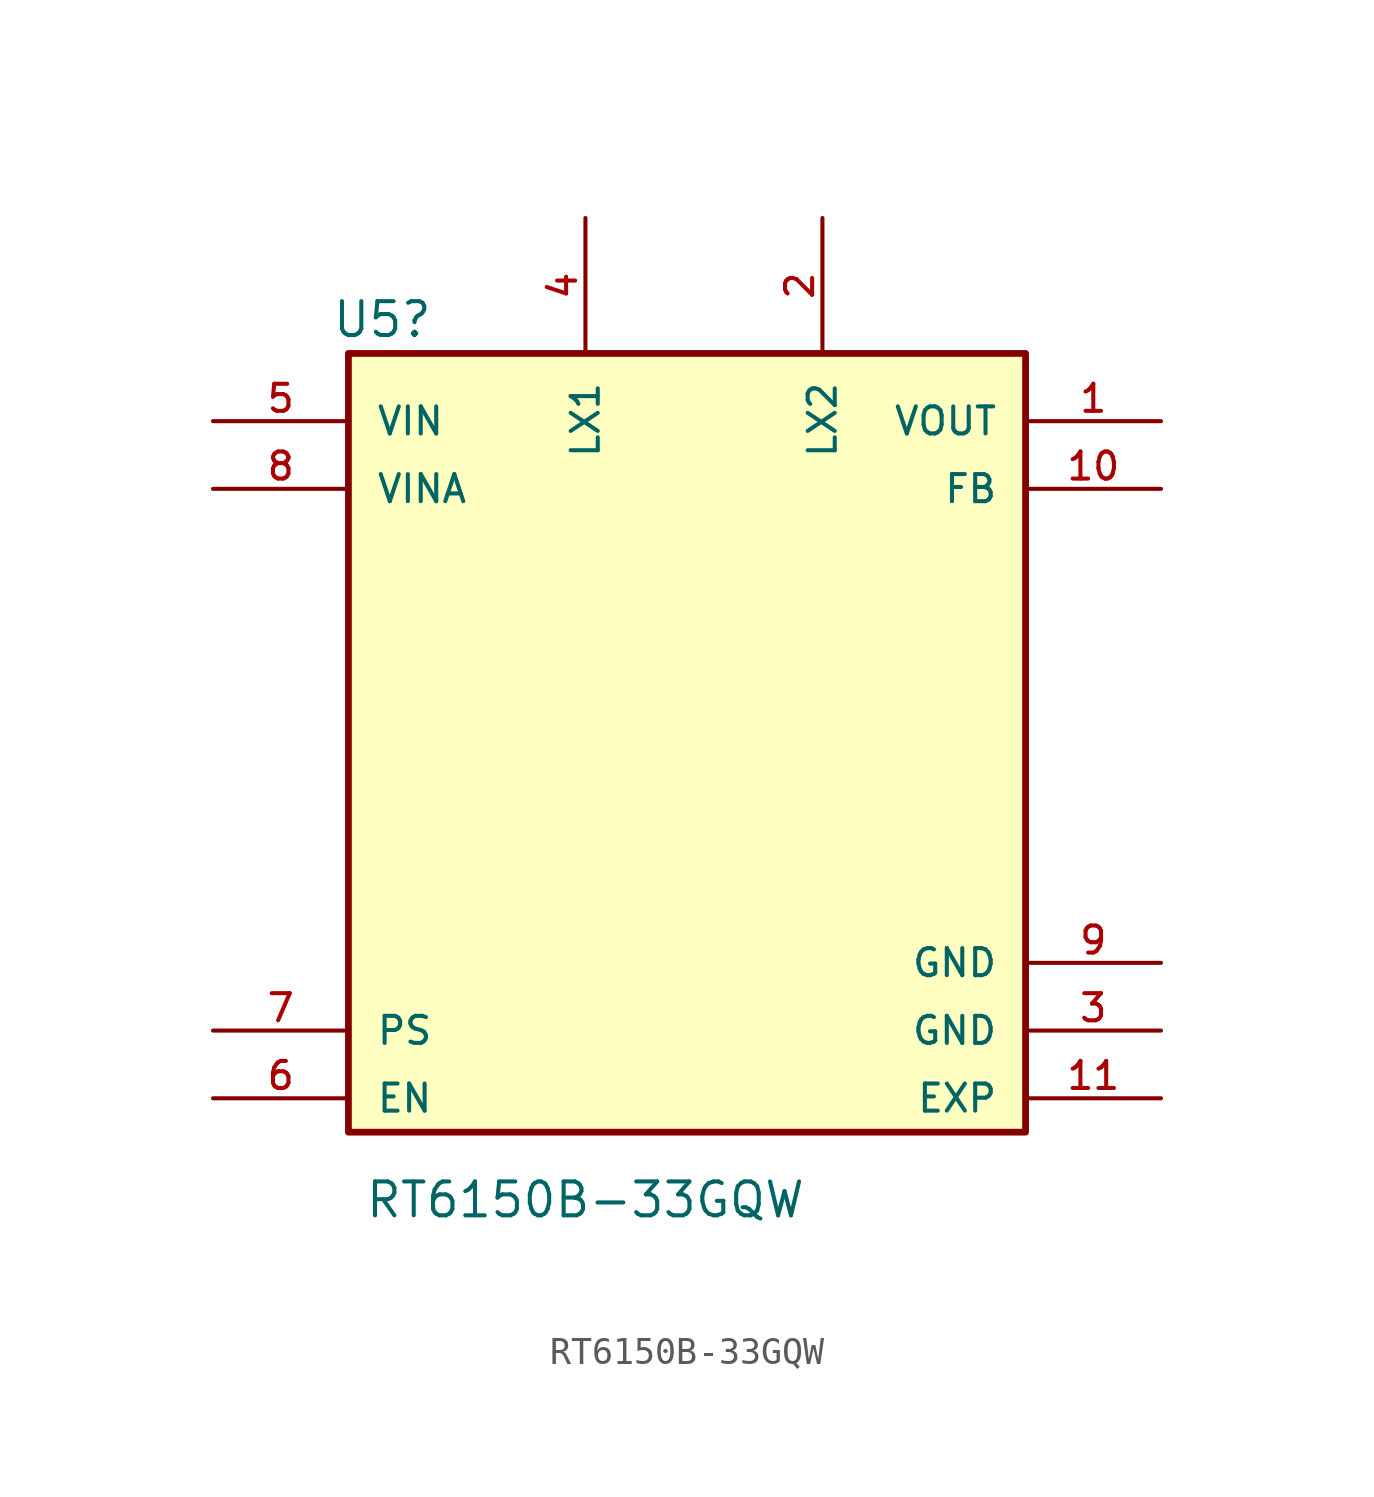
<source format=kicad_sym>
(kicad_symbol_lib
  (version 20220914)
  (generator kicad_symbol_editor)
  (symbol "RT6150B-33GQW"
    (pin_names
      (offset 1.016))
    (property "Reference" "U5"
      (at -11.43 11.43 0)
      (effects (font (size 1.27 1.27))))
    (property "Value" "RT6150B-33GQW"
      (at -3.81 -21.59 0)
      (effects (font (size 1.27 1.27))))
    (symbol "RT6150B-33GQW_0_0"
      (rectangle (start -12.7 10.16) (end 12.7 -19.05) (stroke (width 0.254) (type default)) (fill (type background)))
      (pin output line (at 17.78 7.62 180) (length 5.08) (name "VOUT" (effects (font (size 1.016 1.016)))) (number "1" (effects (font (size 1.016 1.016)))))
      (pin input line (at 17.78 5.08 180) (length 5.08) (name "FB" (effects (font (size 1.016 1.016)))) (number "10" (effects (font (size 1.016 1.016)))))
      (pin passive line (at 17.78 -17.78 180) (length 5.08) (name "EXP" (effects (font (size 1.016 1.016)))) (number "11" (effects (font (size 1.016 1.016)))))
      (pin passive line (at 5.08 15.24 270) (length 5.08) (name "LX2" (effects (font (size 1.016 1.016)))) (number "2" (effects (font (size 1.016 1.016)))))
      (pin power_in line (at 17.78 -15.24 180) (length 5.08) (name "GND" (effects (font (size 1.016 1.016)))) (number "3" (effects (font (size 1.016 1.016)))))
      (pin passive line (at -3.81 15.24 270) (length 5.08) (name "LX1" (effects (font (size 1.016 1.016)))) (number "4" (effects (font (size 1.016 1.016)))))
      (pin power_in line (at -17.78 7.62 0) (length 5.08) (name "VIN" (effects (font (size 1.016 1.016)))) (number "5" (effects (font (size 1.016 1.016)))))
      (pin input line (at -17.78 -17.78 0) (length 5.08) (name "EN" (effects (font (size 1.016 1.016)))) (number "6" (effects (font (size 1.016 1.016)))))
      (pin input line (at -17.78 -15.24 0) (length 5.08) (name "PS" (effects (font (size 1.016 1.016)))) (number "7" (effects (font (size 1.016 1.016)))))
      (pin power_in line (at -17.78 5.08 0) (length 5.08) (name "VINA" (effects (font (size 1.016 1.016)))) (number "8" (effects (font (size 1.016 1.016)))))
      (pin power_in line (at 17.78 -12.7 180) (length 5.08) (name "GND" (effects (font (size 1.016 1.016)))) (number "9" (effects (font (size 1.016 1.016))))))))
</source>
